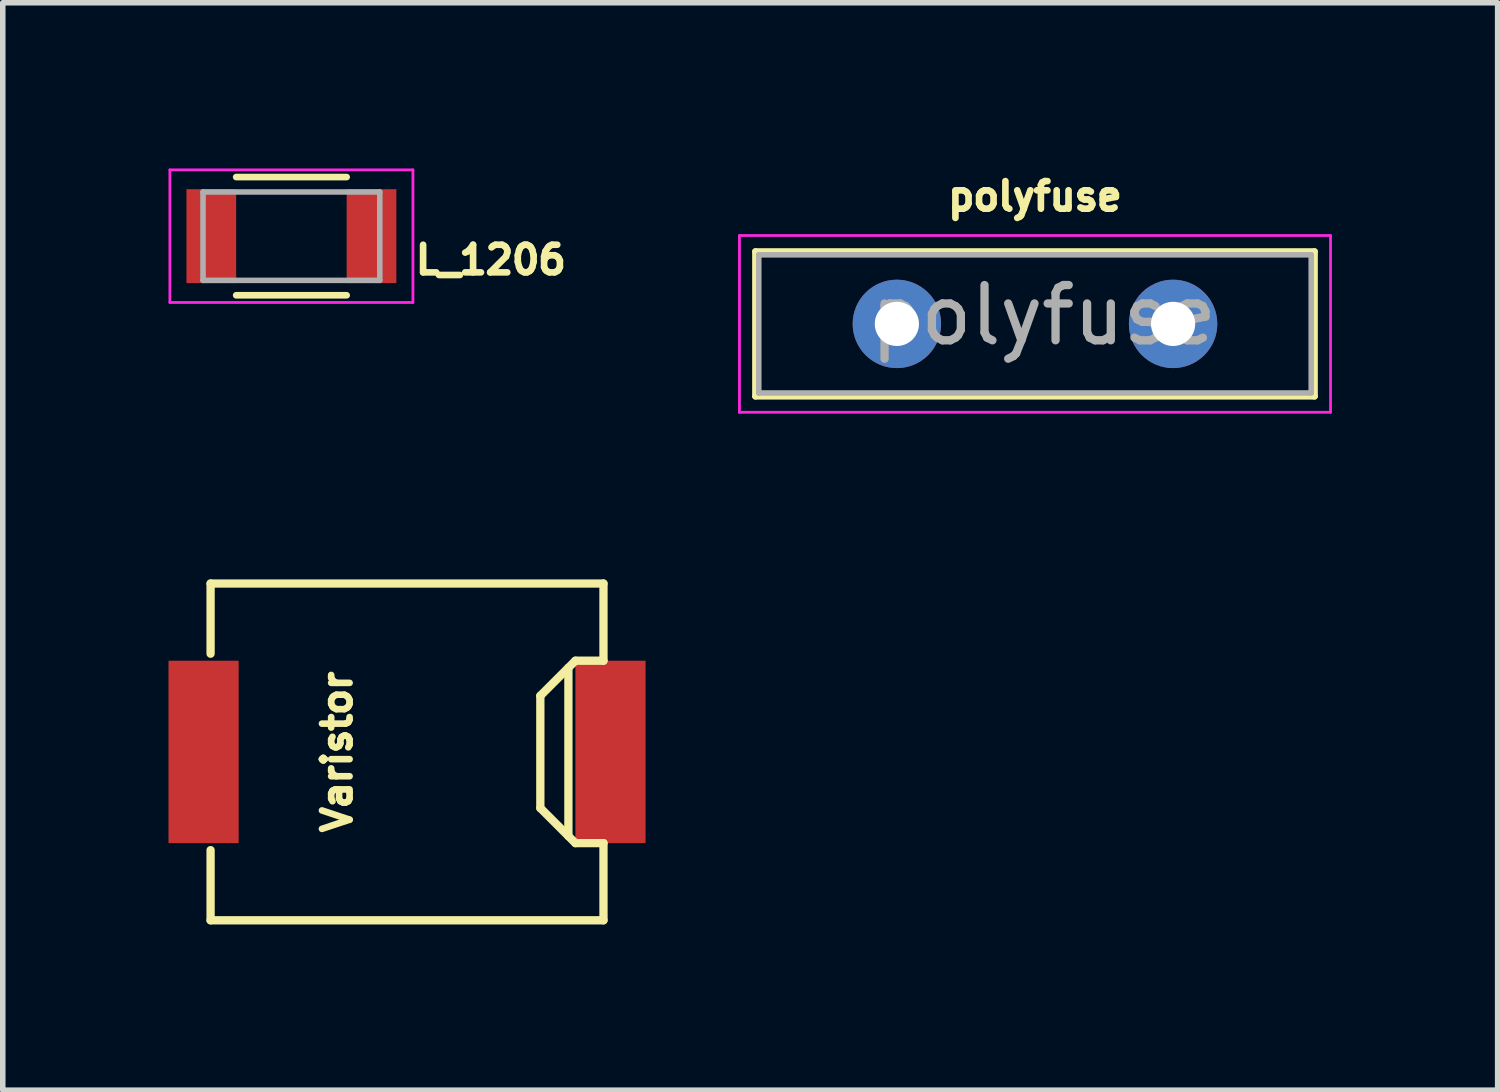
<source format=kicad_pcb>
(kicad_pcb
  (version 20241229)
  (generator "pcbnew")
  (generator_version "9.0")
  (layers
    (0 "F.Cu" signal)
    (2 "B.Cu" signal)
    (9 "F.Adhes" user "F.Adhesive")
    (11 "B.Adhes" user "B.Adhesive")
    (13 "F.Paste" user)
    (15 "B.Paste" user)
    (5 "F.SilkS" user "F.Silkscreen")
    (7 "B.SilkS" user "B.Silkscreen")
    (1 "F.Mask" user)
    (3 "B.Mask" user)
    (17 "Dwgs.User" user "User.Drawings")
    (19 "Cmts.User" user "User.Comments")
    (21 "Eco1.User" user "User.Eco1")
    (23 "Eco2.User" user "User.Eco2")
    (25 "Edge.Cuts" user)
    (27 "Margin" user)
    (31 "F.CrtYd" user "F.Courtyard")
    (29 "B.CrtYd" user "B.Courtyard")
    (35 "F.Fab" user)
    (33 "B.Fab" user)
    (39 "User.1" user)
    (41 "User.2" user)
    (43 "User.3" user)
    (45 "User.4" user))
  (footprint "polyfuse"
    (layer "F.Cu")
    (at 13.185 2.813)
    (property "Reference" "polyfuse" (at 2.5 -2.31 0) (layer "F.SilkS") (effects (font (size 0.5 0.5) (thickness 0.12))))
    (attr through_hole)
    (fp_line (start -2.56 -1.31) (end -2.56 1.31) (stroke (width 0.12) (type solid)) (layer "F.SilkS"))
    (fp_line (start -2.56 -1.31) (end 7.56 -1.31) (stroke (width 0.12) (type solid)) (layer "F.SilkS"))
    (fp_line (start -2.56 1.31) (end 7.56 1.31) (stroke (width 0.12) (type solid)) (layer "F.SilkS"))
    (fp_line (start 7.56 -1.31) (end 7.56 1.31) (stroke (width 0.12) (type solid)) (layer "F.SilkS"))
    (fp_line (start -2.85 -1.6) (end -2.85 1.6) (stroke (width 0.05) (type solid)) (layer "F.CrtYd"))
    (fp_line (start -2.85 1.6) (end 7.85 1.6) (stroke (width 0.05) (type solid)) (layer "F.CrtYd"))
    (fp_line (start 7.85 -1.6) (end -2.85 -1.6) (stroke (width 0.05) (type solid)) (layer "F.CrtYd"))
    (fp_line (start 7.85 1.6) (end 7.85 -1.6) (stroke (width 0.05) (type solid)) (layer "F.CrtYd"))
    (fp_line (start -2.5 -1.25) (end -2.5 1.25) (stroke (width 0.1) (type solid)) (layer "F.Fab"))
    (fp_line (start -2.5 1.25) (end 7.5 1.25) (stroke (width 0.1) (type solid)) (layer "F.Fab"))
    (fp_line (start 7.5 -1.25) (end -2.5 -1.25) (stroke (width 0.1) (type solid)) (layer "F.Fab"))
    (fp_line (start 7.5 1.25) (end 7.5 -1.25) (stroke (width 0.1) (type solid)) (layer "F.Fab"))
    (fp_text user "${REFERENCE}" (at 2.658 -0.158 0) (layer "F.Fab") (effects (font (size 1 1) (thickness 0.15))))
    (pad "1" thru_hole circle (at 0 0) (size 1.6 1.6) (drill 0.8) (layers "*.Cu" "*.Mask"))
    (pad "2" thru_hole circle (at 5 0) (size 1.6 1.6) (drill 0.8) (layers "*.Cu" "*.Mask")))
  (footprint "Varistor"
    (layer "F.Cu")
    (at 4.318 10.561)
    (property "Reference" "Varistor" (at -1.265 0 90) (layer "F.SilkS") (effects (font (size 0.5 0.5) (thickness 0.12))))
    (attr smd)
    (fp_line (start -3.556 -3.048) (end -3.556 -1.778) (stroke (width 0.15) (type solid)) (layer "F.SilkS"))
    (fp_line (start -3.556 -3.048) (end 3.556 -3.048) (stroke (width 0.15) (type solid)) (layer "F.SilkS"))
    (fp_line (start -3.556 3.048) (end -3.556 1.778) (stroke (width 0.15) (type solid)) (layer "F.SilkS"))
    (fp_line (start 2.413 1.016) (end 2.413 -1.016) (stroke (width 0.15) (type solid)) (layer "F.SilkS"))
    (fp_line (start 2.921 -1.524) (end 2.921 1.524) (stroke (width 0.15) (type solid)) (layer "F.SilkS"))
    (fp_line (start 3.048 -1.651) (end 2.413 -1.016) (stroke (width 0.15) (type solid)) (layer "F.SilkS"))
    (fp_line (start 3.048 1.651) (end 2.413 1.016) (stroke (width 0.15) (type solid)) (layer "F.SilkS"))
    (fp_line (start 3.556 -1.651) (end 3.048 -1.651) (stroke (width 0.15) (type solid)) (layer "F.SilkS"))
    (fp_line (start 3.556 -1.651) (end 3.556 -3.048) (stroke (width 0.15) (type solid)) (layer "F.SilkS"))
    (fp_line (start 3.556 1.651) (end 3.048 1.651) (stroke (width 0.15) (type solid)) (layer "F.SilkS"))
    (fp_line (start 3.556 3.048) (end -3.556 3.048) (stroke (width 0.15) (type solid)) (layer "F.SilkS"))
    (fp_line (start 3.556 3.048) (end 3.556 1.651) (stroke (width 0.15) (type solid)) (layer "F.SilkS"))
    (pad "1" smd rect (at -3.683 0) (size 1.27 3.302) (layers "F.Cu" "F.Mask" "F.Paste"))
    (pad "2" smd rect (at 3.683 0) (size 1.27 3.302) (layers "F.Cu" "F.Mask" "F.Paste")))
  (footprint "L_1206"
    (layer "F.Cu")
    (at 2.225 1.225)
    (property "Reference" "L_1206" (at 3.61 0.43 0) (layer "F.SilkS") (effects (font (size 0.5 0.5) (thickness 0.12))))
    (attr smd)
    (fp_line (start -1 -1.07) (end 1 -1.07) (stroke (width 0.12) (type solid)) (layer "F.SilkS"))
    (fp_line (start 1 1.07) (end -1 1.07) (stroke (width 0.12) (type solid)) (layer "F.SilkS"))
    (fp_line (start -2.2 -1.2) (end -2.2 1.2) (stroke (width 0.05) (type solid)) (layer "F.CrtYd"))
    (fp_line (start -2.2 -1.2) (end 2.2 -1.2) (stroke (width 0.05) (type solid)) (layer "F.CrtYd"))
    (fp_line (start -2.2 1.2) (end 2.2 1.2) (stroke (width 0.05) (type solid)) (layer "F.CrtYd"))
    (fp_line (start 2.2 -1.2) (end 2.2 1.2) (stroke (width 0.05) (type solid)) (layer "F.CrtYd"))
    (fp_line (start -1.6 -0.8) (end 1.6 -0.8) (stroke (width 0.1) (type solid)) (layer "F.Fab"))
    (fp_line (start -1.6 0.8) (end -1.6 -0.8) (stroke (width 0.1) (type solid)) (layer "F.Fab"))
    (fp_line (start 1.6 -0.8) (end 1.6 0.8) (stroke (width 0.1) (type solid)) (layer "F.Fab"))
    (fp_line (start 1.6 0.8) (end -1.6 0.8) (stroke (width 0.1) (type solid)) (layer "F.Fab"))
    (pad "1" smd rect (at -1.45 0) (size 0.9 1.7) (layers "F.Cu" "F.Mask" "F.Paste"))
    (pad "2" smd rect (at 1.45 0) (size 0.9 1.7) (layers "F.Cu" "F.Mask" "F.Paste")))
  (gr_rect
    (start -3 -3)
    (end 24.06 16.684)
    (stroke (width 0.1) (type default))
    (fill no)
    (layer "Edge.Cuts")))
</source>
